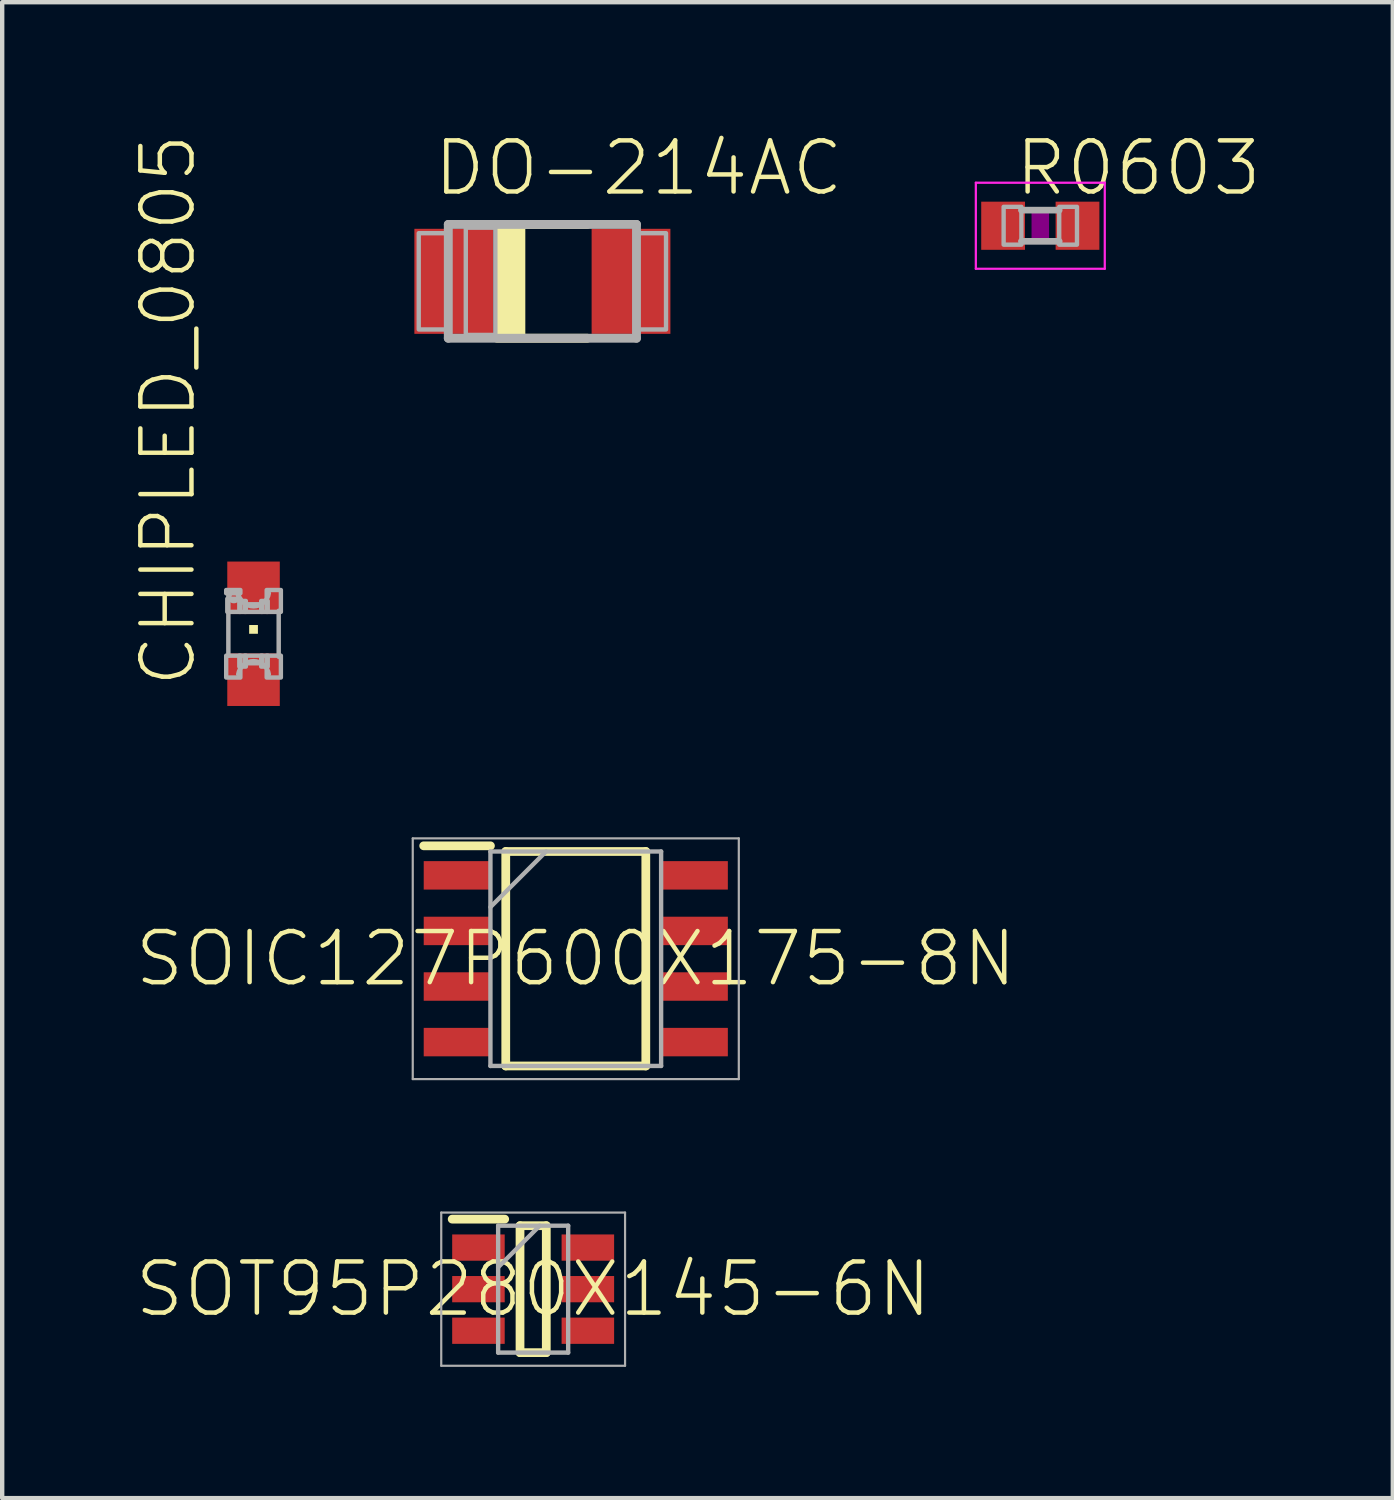
<source format=kicad_pcb>
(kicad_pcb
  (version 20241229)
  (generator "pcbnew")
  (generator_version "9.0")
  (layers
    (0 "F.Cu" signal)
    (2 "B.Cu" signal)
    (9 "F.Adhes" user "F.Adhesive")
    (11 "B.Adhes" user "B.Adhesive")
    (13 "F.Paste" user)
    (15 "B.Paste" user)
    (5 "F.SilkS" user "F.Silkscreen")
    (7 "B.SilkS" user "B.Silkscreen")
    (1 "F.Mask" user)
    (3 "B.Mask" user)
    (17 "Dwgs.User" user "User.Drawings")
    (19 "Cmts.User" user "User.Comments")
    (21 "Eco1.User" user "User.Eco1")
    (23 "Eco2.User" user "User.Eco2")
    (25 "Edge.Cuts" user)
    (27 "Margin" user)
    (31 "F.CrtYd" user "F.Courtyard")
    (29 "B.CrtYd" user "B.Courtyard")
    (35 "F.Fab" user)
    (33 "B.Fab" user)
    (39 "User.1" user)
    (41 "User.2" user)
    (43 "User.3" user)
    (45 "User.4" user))
  (footprint "CHIPLED_0805"
    (layer "F.Cu")
    (at 2.743 11.431)
    (property "Reference" "CHIPLED_0805" (at -1.27 1.27 90) (layer "F.SilkS") (effects (font (size 1.168 1.168) (thickness 0.102)) (justify left bottom)))
    (fp_poly (pts (xy -0.1 0) (xy 0.1 0) (xy 0.1 -0.2) (xy -0.1 -0.2)) (stroke (width 0) (type solid)) (fill yes) (layer "F.SilkS"))
    (fp_line (start -0.575 0.5) (end -0.575 -0.925) (stroke (width 0.102) (type solid)) (layer "F.Fab"))
    (fp_line (start 0.575 -0.525) (end 0.575 0.525) (stroke (width 0.102) (type solid)) (layer "F.Fab"))
    (fp_arc (start -0.35 0.925) (mid -0.000001 0.625027) (end 0.35 0.924998) (stroke (width 0.1016) (type solid)) (layer "F.Fab"))
    (fp_arc (start 0.35 -0.924998) (mid -0.000001 -0.625027) (end -0.35 -0.925) (stroke (width 0.1016) (type solid)) (layer "F.Fab"))
    (fp_circle (center -0.45 -0.85) (end -0.347 -0.85) (stroke (width 0.102) (type solid)) (fill no) (layer "F.Fab"))
    (fp_poly (pts (xy -0.625 -0.925) (xy -0.3 -0.925) (xy -0.3 -1) (xy -0.625 -1)) (stroke (width 0.1) (type solid)) (fill no) (layer "F.Fab"))
    (fp_poly (pts (xy -0.625 1) (xy -0.3 1) (xy -0.3 0.5) (xy -0.625 0.5)) (stroke (width 0.1) (type solid)) (fill no) (layer "F.Fab"))
    (fp_poly (pts (xy -0.6 -0.5) (xy -0.3 -0.5) (xy -0.3 -0.8) (xy -0.6 -0.8)) (stroke (width 0.1) (type solid)) (fill no) (layer "F.Fab"))
    (fp_poly (pts (xy -0.325 -0.5) (xy -0.175 -0.5) (xy -0.175 -0.75) (xy -0.325 -0.75)) (stroke (width 0.1) (type solid)) (fill no) (layer "F.Fab"))
    (fp_poly (pts (xy -0.325 0.75) (xy -0.175 0.75) (xy -0.175 0.5) (xy -0.325 0.5)) (stroke (width 0.1) (type solid)) (fill no) (layer "F.Fab"))
    (fp_poly (pts (xy -0.2 -0.5) (xy 0.2 -0.5) (xy 0.2 -0.675) (xy -0.2 -0.675)) (stroke (width 0.1) (type solid)) (fill no) (layer "F.Fab"))
    (fp_poly (pts (xy -0.2 0.675) (xy 0.2 0.675) (xy 0.2 0.5) (xy -0.2 0.5)) (stroke (width 0.1) (type solid)) (fill no) (layer "F.Fab"))
    (fp_poly (pts (xy 0.175 -0.5) (xy 0.325 -0.5) (xy 0.325 -0.75) (xy 0.175 -0.75)) (stroke (width 0.1) (type solid)) (fill no) (layer "F.Fab"))
    (fp_poly (pts (xy 0.175 0.75) (xy 0.325 0.75) (xy 0.325 0.5) (xy 0.175 0.5)) (stroke (width 0.1) (type solid)) (fill no) (layer "F.Fab"))
    (fp_poly (pts (xy 0.3 -0.5) (xy 0.625 -0.5) (xy 0.625 -1) (xy 0.3 -1)) (stroke (width 0.1) (type solid)) (fill no) (layer "F.Fab"))
    (fp_poly (pts (xy 0.3 1) (xy 0.625 1) (xy 0.625 0.5) (xy 0.3 0.5)) (stroke (width 0.1) (type solid)) (fill no) (layer "F.Fab"))
    (pad "A" smd rect (at 0 1.05) (size 1.2 1.2) (layers "F.Cu" "F.Mask" "F.Paste"))
    (pad "C" smd rect (at 0 -1.05) (size 1.2 1.2) (layers "F.Cu" "F.Mask" "F.Paste")))
  (footprint "DO-214AC"
    (layer "F.Cu")
    (at 9.343 3.378)
    (property "Reference" "DO-214AC" (at -2.54 -1.905 0) (layer "F.SilkS") (effects (font (size 1.168 1.168) (thickness 0.102)) (justify left bottom)))
    (fp_line (start -1.035 -1.3) (end 1.025 -1.3) (stroke (width 0.203) (type solid)) (layer "F.SilkS"))
    (fp_line (start 1.025 1.3) (end -1.035 1.3) (stroke (width 0.203) (type solid)) (layer "F.SilkS"))
    (fp_poly (pts (xy -1.065 1.225) (xy -0.39 1.225) (xy -0.39 -1.225) (xy -1.065 -1.225)) (stroke (width 0) (type solid)) (fill yes) (layer "F.SilkS"))
    (fp_line (start -2.15 -1.3) (end 2.15 -1.3) (stroke (width 0.203) (type solid)) (layer "F.Fab"))
    (fp_line (start -2.15 1.3) (end -2.15 -1.3) (stroke (width 0.203) (type solid)) (layer "F.Fab"))
    (fp_line (start 2.15 -1.3) (end 2.15 1.3) (stroke (width 0.203) (type solid)) (layer "F.Fab"))
    (fp_line (start 2.15 1.3) (end -2.15 1.3) (stroke (width 0.203) (type solid)) (layer "F.Fab"))
    (fp_poly (pts (xy -2.825 1.1) (xy -2.175 1.1) (xy -2.175 -1.1) (xy -2.825 -1.1)) (stroke (width 0.1) (type solid)) (fill no) (layer "F.Fab"))
    (fp_poly (pts (xy -1.75 1.225) (xy -1.075 1.225) (xy -1.075 -1.225) (xy -1.75 -1.225)) (stroke (width 0.1) (type solid)) (fill no) (layer "F.Fab"))
    (fp_poly (pts (xy 2.825 -1.1) (xy 2.175 -1.1) (xy 2.175 1.1) (xy 2.825 1.1)) (stroke (width 0.1) (type solid)) (fill no) (layer "F.Fab"))
    (pad "A" smd rect (at 2.025 0 180) (size 1.8 2.4) (layers "F.Cu" "F.Mask" "F.Paste"))
    (pad "C" smd rect (at -2.025 0) (size 1.8 2.4) (layers "F.Cu" "F.Mask" "F.Paste")))
  (footprint "SOT95P280X145-6N"
    (layer "F.Cu")
    (at 9.132 26.406)
    (property "Reference" "SOT95P280X145-6N" (at 0 0 0) (layer "F.SilkS") (effects (font (size 1.168 1.168) (thickness 0.102))))
    (fp_line (start -1.85 -1.6) (end -0.65 -1.6) (stroke (width 0.2) (type solid)) (layer "F.SilkS"))
    (fp_line (start -0.3 -1.45) (end 0.3 -1.45) (stroke (width 0.2) (type solid)) (layer "F.SilkS"))
    (fp_line (start -0.3 1.45) (end -0.3 -1.45) (stroke (width 0.2) (type solid)) (layer "F.SilkS"))
    (fp_line (start 0.3 -1.45) (end 0.3 1.45) (stroke (width 0.2) (type solid)) (layer "F.SilkS"))
    (fp_line (start 0.3 1.45) (end -0.3 1.45) (stroke (width 0.2) (type solid)) (layer "F.SilkS"))
    (fp_line (start -2.1 -1.75) (end 2.1 -1.75) (stroke (width 0.05) (type solid)) (layer "F.Fab"))
    (fp_line (start -2.1 1.75) (end -2.1 -1.75) (stroke (width 0.05) (type solid)) (layer "F.Fab"))
    (fp_line (start -0.8 -1.45) (end 0.8 -1.45) (stroke (width 0.1) (type solid)) (layer "F.Fab"))
    (fp_line (start -0.8 -0.5) (end 0.15 -1.45) (stroke (width 0.1) (type solid)) (layer "F.Fab"))
    (fp_line (start -0.8 1.45) (end -0.8 -1.45) (stroke (width 0.1) (type solid)) (layer "F.Fab"))
    (fp_line (start 0.8 -1.45) (end 0.8 1.45) (stroke (width 0.1) (type solid)) (layer "F.Fab"))
    (fp_line (start 0.8 1.45) (end -0.8 1.45) (stroke (width 0.1) (type solid)) (layer "F.Fab"))
    (fp_line (start 2.1 -1.75) (end 2.1 1.75) (stroke (width 0.05) (type solid)) (layer "F.Fab"))
    (fp_line (start 2.1 1.75) (end -2.1 1.75) (stroke (width 0.05) (type solid)) (layer "F.Fab"))
    (pad "1" smd rect (at -1.25 -0.95) (size 1.2 0.6) (layers "F.Cu" "F.Mask" "F.Paste"))
    (pad "2" smd rect (at -1.25 0) (size 1.2 0.6) (layers "F.Cu" "F.Mask" "F.Paste"))
    (pad "3" smd rect (at -1.25 0.95) (size 1.2 0.6) (layers "F.Cu" "F.Mask" "F.Paste"))
    (pad "4" smd rect (at 1.25 0.95) (size 1.2 0.6) (layers "F.Cu" "F.Mask" "F.Paste"))
    (pad "5" smd rect (at 1.25 0) (size 1.2 0.6) (layers "F.Cu" "F.Mask" "F.Paste"))
    (pad "6" smd rect (at 1.25 -0.95) (size 1.2 0.6) (layers "F.Cu" "F.Mask" "F.Paste")))
  (footprint "SOIC127P600X175-8N"
    (layer "F.Cu")
    (at 10.106 18.856)
    (property "Reference" "SOIC127P600X175-8N" (at 0 0 0) (layer "F.SilkS") (effects (font (size 1.168 1.168) (thickness 0.102))))
    (fp_line (start -3.475 -2.58) (end -1.95 -2.58) (stroke (width 0.2) (type solid)) (layer "F.SilkS"))
    (fp_line (start -1.6 -2.45) (end 1.6 -2.45) (stroke (width 0.2) (type solid)) (layer "F.SilkS"))
    (fp_line (start -1.6 2.45) (end -1.6 -2.45) (stroke (width 0.2) (type solid)) (layer "F.SilkS"))
    (fp_line (start 1.6 -2.45) (end 1.6 2.45) (stroke (width 0.2) (type solid)) (layer "F.SilkS"))
    (fp_line (start 1.6 2.45) (end -1.6 2.45) (stroke (width 0.2) (type solid)) (layer "F.SilkS"))
    (fp_line (start -3.725 -2.75) (end 3.725 -2.75) (stroke (width 0.05) (type solid)) (layer "F.Fab"))
    (fp_line (start -3.725 2.75) (end -3.725 -2.75) (stroke (width 0.05) (type solid)) (layer "F.Fab"))
    (fp_line (start -1.95 -2.45) (end 1.95 -2.45) (stroke (width 0.1) (type solid)) (layer "F.Fab"))
    (fp_line (start -1.95 -1.18) (end -0.68 -2.45) (stroke (width 0.1) (type solid)) (layer "F.Fab"))
    (fp_line (start -1.95 2.45) (end -1.95 -2.45) (stroke (width 0.1) (type solid)) (layer "F.Fab"))
    (fp_line (start 1.95 -2.45) (end 1.95 2.45) (stroke (width 0.1) (type solid)) (layer "F.Fab"))
    (fp_line (start 1.95 2.45) (end -1.95 2.45) (stroke (width 0.1) (type solid)) (layer "F.Fab"))
    (fp_line (start 3.725 -2.75) (end 3.725 2.75) (stroke (width 0.05) (type solid)) (layer "F.Fab"))
    (fp_line (start 3.725 2.75) (end -3.725 2.75) (stroke (width 0.05) (type solid)) (layer "F.Fab"))
    (pad "1" smd rect (at -2.712 -1.905) (size 1.525 0.65) (layers "F.Cu" "F.Mask" "F.Paste"))
    (pad "2" smd rect (at -2.712 -0.635) (size 1.525 0.65) (layers "F.Cu" "F.Mask" "F.Paste"))
    (pad "3" smd rect (at -2.712 0.635) (size 1.525 0.65) (layers "F.Cu" "F.Mask" "F.Paste"))
    (pad "4" smd rect (at -2.712 1.905) (size 1.525 0.65) (layers "F.Cu" "F.Mask" "F.Paste"))
    (pad "5" smd rect (at 2.712 1.905) (size 1.525 0.65) (layers "F.Cu" "F.Mask" "F.Paste"))
    (pad "6" smd rect (at 2.712 0.635) (size 1.525 0.65) (layers "F.Cu" "F.Mask" "F.Paste"))
    (pad "7" smd rect (at 2.712 -0.635) (size 1.525 0.65) (layers "F.Cu" "F.Mask" "F.Paste"))
    (pad "8" smd rect (at 2.712 -1.905) (size 1.525 0.65) (layers "F.Cu" "F.Mask" "F.Paste")))
  (footprint "R0603"
    (layer "F.Cu")
    (at 20.72 2.108)
    (property "Reference" "R0603" (at -0.635 -0.635 0) (layer "F.SilkS") (effects (font (size 1.168 1.168) (thickness 0.102)) (justify left bottom)))
    (fp_poly (pts (xy -0.2 0.4) (xy 0.2 0.4) (xy 0.2 -0.4) (xy -0.2 -0.4)) (stroke (width 0) (type solid)) (fill yes) (layer "F.Adhes"))
    (fp_line (start -1.473 -0.983) (end 1.473 -0.983) (stroke (width 0.051) (type solid)) (layer "F.CrtYd"))
    (fp_line (start -1.473 0.983) (end -1.473 -0.983) (stroke (width 0.051) (type solid)) (layer "F.CrtYd"))
    (fp_line (start 1.473 -0.983) (end 1.473 0.983) (stroke (width 0.051) (type solid)) (layer "F.CrtYd"))
    (fp_line (start 1.473 0.983) (end -1.473 0.983) (stroke (width 0.051) (type solid)) (layer "F.CrtYd"))
    (fp_line (start -0.432 0.356) (end 0.432 0.356) (stroke (width 0.152) (type solid)) (layer "F.Fab"))
    (fp_line (start 0.432 -0.356) (end -0.432 -0.356) (stroke (width 0.152) (type solid)) (layer "F.Fab"))
    (fp_poly (pts (xy -0.838 0.432) (xy -0.432 0.432) (xy -0.432 -0.432) (xy -0.838 -0.432)) (stroke (width 0.1) (type solid)) (fill no) (layer "F.Fab"))
    (fp_poly (pts (xy 0.432 0.432) (xy 0.838 0.432) (xy 0.838 -0.432) (xy 0.432 -0.432)) (stroke (width 0.1) (type solid)) (fill no) (layer "F.Fab"))
    (pad "1" smd rect (at -0.85 0) (size 1 1.1) (layers "F.Cu" "F.Mask" "F.Paste"))
    (pad "2" smd rect (at 0.85 0) (size 1 1.1) (layers "F.Cu" "F.Mask" "F.Paste")))
  (gr_rect
    (start -3 -3)
    (end 28.775 31.181)
    (stroke (width 0.1) (type default))
    (fill no)
    (layer "Edge.Cuts")))
</source>
